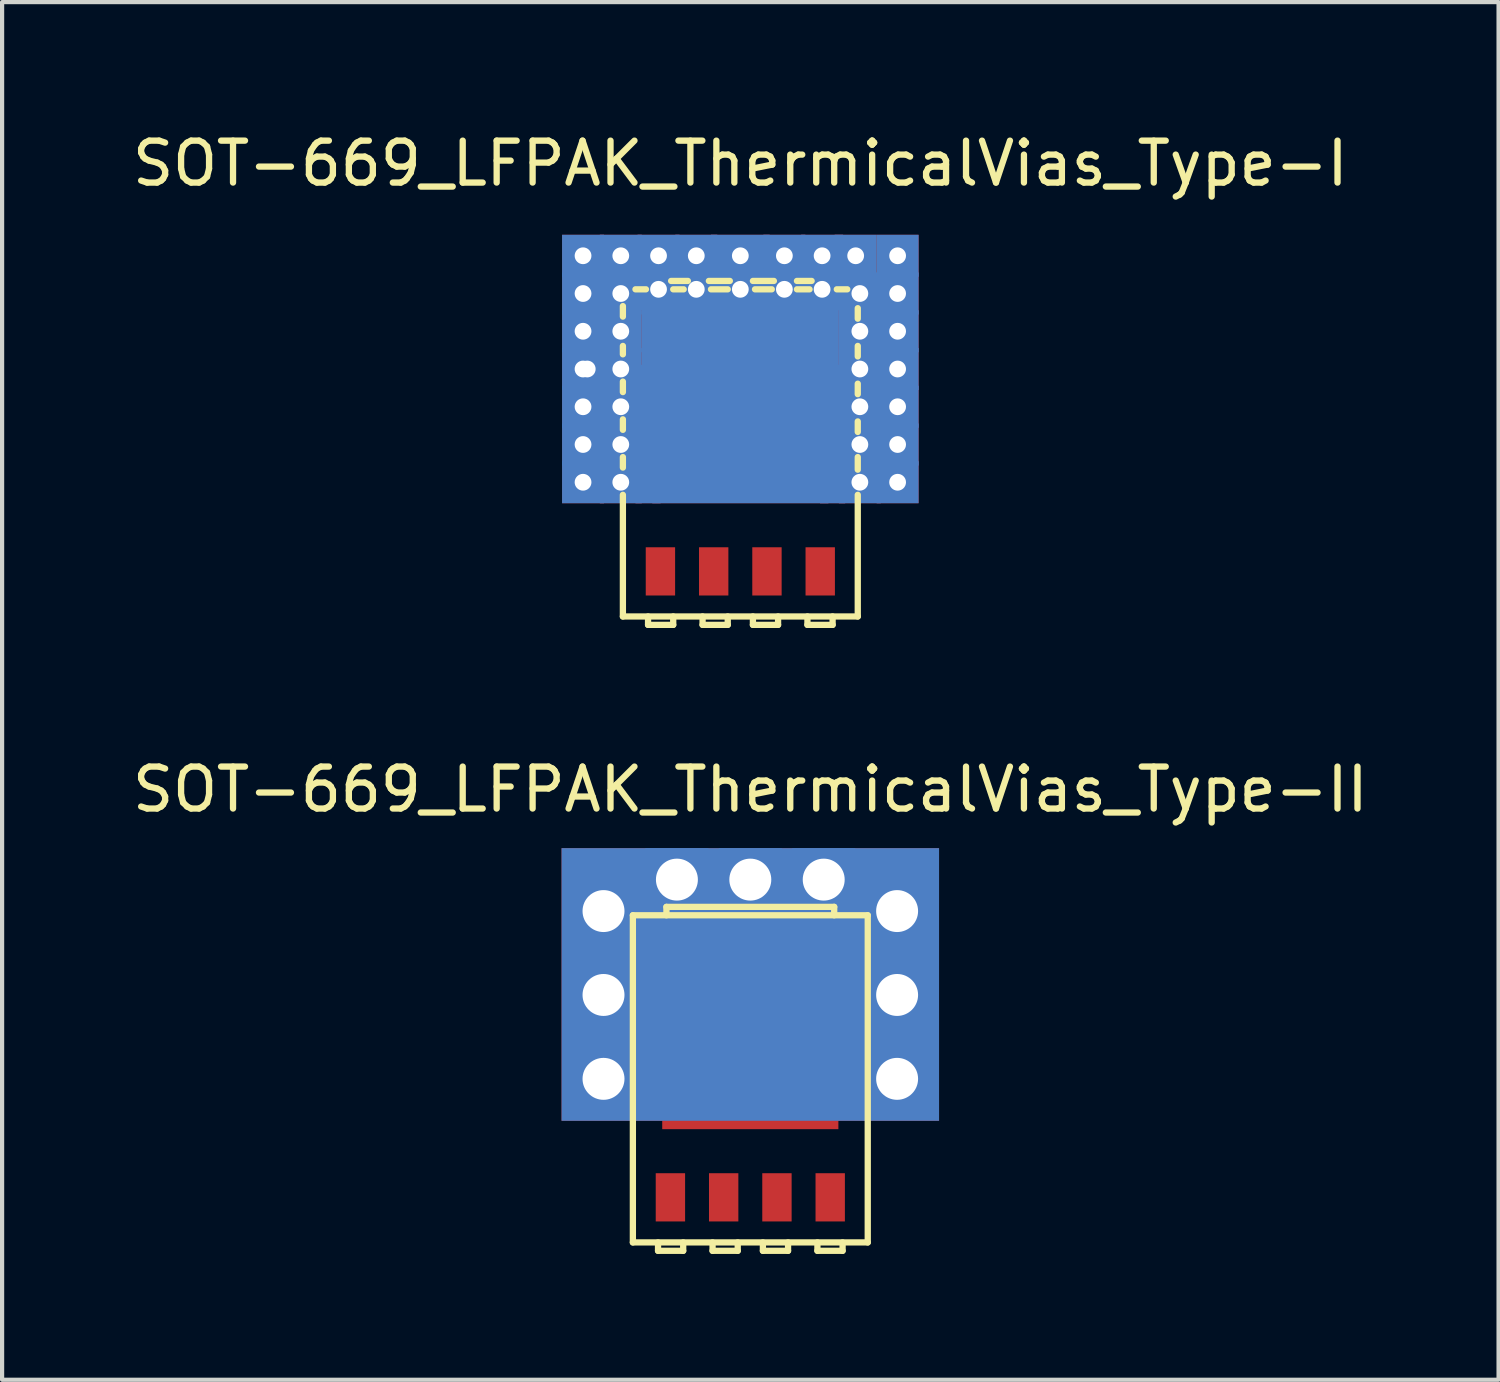
<source format=kicad_pcb>
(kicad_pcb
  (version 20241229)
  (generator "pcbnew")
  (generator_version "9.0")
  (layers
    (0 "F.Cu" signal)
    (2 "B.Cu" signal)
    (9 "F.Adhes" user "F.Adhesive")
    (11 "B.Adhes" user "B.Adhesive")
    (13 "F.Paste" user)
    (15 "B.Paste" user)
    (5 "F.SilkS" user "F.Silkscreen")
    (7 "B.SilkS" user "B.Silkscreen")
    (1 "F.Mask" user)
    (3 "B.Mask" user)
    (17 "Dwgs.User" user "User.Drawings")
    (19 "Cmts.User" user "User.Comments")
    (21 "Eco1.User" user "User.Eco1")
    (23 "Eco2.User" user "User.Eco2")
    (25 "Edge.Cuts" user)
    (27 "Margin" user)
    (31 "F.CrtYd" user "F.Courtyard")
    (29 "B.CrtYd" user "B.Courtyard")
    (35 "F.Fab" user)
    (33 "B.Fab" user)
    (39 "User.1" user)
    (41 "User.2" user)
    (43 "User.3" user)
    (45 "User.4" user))
  (footprint "SOT-669_LFPAK_ThermicalVias_Type-II"
    (layer "F.Cu")
    (at 14.839 22.672)
    (property "Reference" "SOT-669_LFPAK_ThermicalVias_Type-II" (at 0 -6.9 0) (layer "F.SilkS") (effects (font (size 1 1) (thickness 0.15))))
    (attr through_hole)
    (fp_line (start -2.8 -3.9) (end 2.8 -3.9) (stroke (width 0.15) (type solid)) (layer "F.SilkS"))
    (fp_line (start -2.8 3.9) (end -2.8 -3.9) (stroke (width 0.15) (type solid)) (layer "F.SilkS"))
    (fp_line (start -2.2 3.9) (end -2.2 4.1) (stroke (width 0.15) (type solid)) (layer "F.SilkS"))
    (fp_line (start -2.2 4.1) (end -1.6 4.1) (stroke (width 0.15) (type solid)) (layer "F.SilkS"))
    (fp_line (start -2 -4.1) (end 2 -4.1) (stroke (width 0.15) (type solid)) (layer "F.SilkS"))
    (fp_line (start -2 -3.9) (end -2 -4.1) (stroke (width 0.15) (type solid)) (layer "F.SilkS"))
    (fp_line (start -1.6 4.1) (end -1.6 3.9) (stroke (width 0.15) (type solid)) (layer "F.SilkS"))
    (fp_line (start -0.9 3.9) (end -0.9 4.1) (stroke (width 0.15) (type solid)) (layer "F.SilkS"))
    (fp_line (start -0.9 4.1) (end -0.3 4.1) (stroke (width 0.15) (type solid)) (layer "F.SilkS"))
    (fp_line (start -0.3 4.1) (end -0.3 3.9) (stroke (width 0.15) (type solid)) (layer "F.SilkS"))
    (fp_line (start 0.3 3.9) (end 0.3 4.1) (stroke (width 0.15) (type solid)) (layer "F.SilkS"))
    (fp_line (start 0.3 4.1) (end 0.9 4.1) (stroke (width 0.15) (type solid)) (layer "F.SilkS"))
    (fp_line (start 0.9 4.1) (end 0.9 3.9) (stroke (width 0.15) (type solid)) (layer "F.SilkS"))
    (fp_line (start 1.6 3.9) (end 1.6 4.1) (stroke (width 0.15) (type solid)) (layer "F.SilkS"))
    (fp_line (start 1.6 4.1) (end 2.2 4.1) (stroke (width 0.15) (type solid)) (layer "F.SilkS"))
    (fp_line (start 2 -4.1) (end 2 -3.9) (stroke (width 0.15) (type solid)) (layer "F.SilkS"))
    (fp_line (start 2.2 4.1) (end 2.2 3.9) (stroke (width 0.15) (type solid)) (layer "F.SilkS"))
    (fp_line (start 2.8 -3.9) (end 2.8 3.9) (stroke (width 0.15) (type solid)) (layer "F.SilkS"))
    (fp_line (start 2.8 3.9) (end -2.8 3.9) (stroke (width 0.15) (type solid)) (layer "F.SilkS"))
    (pad "" smd rect (at -1.875 -2.9) (size 0.6 0.9) (layers "F.Paste"))
    (pad "" smd rect (at -1.15 -1.05 90) (size 0.6 0.9) (layers "F.Paste"))
    (pad "" smd rect (at -1.15 -0.2 90) (size 0.6 0.9) (layers "F.Paste"))
    (pad "" smd rect (at -1.15 0.65 90) (size 0.6 0.9) (layers "F.Paste"))
    (pad "" smd rect (at -0.6 -2.9) (size 0.6 0.9) (layers "F.Paste"))
    (pad "" smd rect (at 0 -1.05 90) (size 0.6 0.9) (layers "F.Paste"))
    (pad "" smd rect (at 0 -0.2 90) (size 0.6 0.9) (layers "F.Paste"))
    (pad "" smd rect (at 0 0.65 90) (size 0.6 0.9) (layers "F.Paste"))
    (pad "" smd rect (at 0.6 -2.9) (size 0.6 0.9) (layers "F.Paste"))
    (pad "" smd rect (at 1.15 -1.05 90) (size 0.6 0.9) (layers "F.Paste"))
    (pad "" smd rect (at 1.15 -0.2 90) (size 0.6 0.9) (layers "F.Paste"))
    (pad "" smd rect (at 1.15 0.65 90) (size 0.6 0.9) (layers "F.Paste"))
    (pad "" smd rect (at 1.875 -2.9) (size 0.6 0.9) (layers "F.Paste"))
    (pad "1" smd rect (at -1.905 2.825) (size 0.7 1.15) (layers "F.Cu" "F.Mask" "F.Paste"))
    (pad "2" smd rect (at -0.635 2.825) (size 0.7 1.15) (layers "F.Cu" "F.Mask" "F.Paste"))
    (pad "3" smd rect (at 0.635 2.825) (size 0.7 1.15) (layers "F.Cu" "F.Mask" "F.Paste"))
    (pad "4" smd rect (at 1.905 2.825) (size 0.7 1.15) (layers "F.Cu" "F.Mask" "F.Paste"))
    (pad "5" thru_hole rect (at -3.5 -4) (size 1.5 1.5) (drill 1) (layers "*.Cu"))
    (pad "5" thru_hole rect (at -3.5 -2) (size 1.5 1.5) (drill 1) (layers "*.Cu"))
    (pad "5" thru_hole rect (at -3.5 0) (size 1.5 1.5) (drill 1) (layers "*.Cu"))
    (pad "5" thru_hole rect (at -1.75 -4.75) (size 1.5 1.5) (drill 1) (layers "*.Cu"))
    (pad "5" thru_hole rect (at 0 -4.75) (size 1.5 1.5) (drill 1) (layers "*.Cu"))
    (pad "5" smd rect (at 0 -2.65) (size 4.7 1.55) (layers "F.Cu" "F.Mask"))
    (pad "5" smd rect (at 0 -2.25) (size 9 6.5) (layers "F.Cu"))
    (pad "5" smd rect (at 0 -2.25) (size 9 6.5) (layers "B.Cu"))
    (pad "5" smd rect (at 0 -0.45) (size 4.2 3.3) (layers "F.Cu" "F.Mask"))
    (pad "5" thru_hole rect (at 1.75 -4.75) (size 1.5 1.5) (drill 1) (layers "*.Cu"))
    (pad "5" thru_hole rect (at 3.5 -4) (size 1.5 1.5) (drill 1) (layers "*.Cu"))
    (pad "5" thru_hole rect (at 3.5 -2) (size 1.5 1.5) (drill 1) (layers "*.Cu"))
    (pad "5" thru_hole rect (at 3.5 0) (size 1.5 1.5) (drill 1) (layers "*.Cu")))
  (footprint "SOT-669_LFPAK_ThermicalVias_Type-I"
    (layer "F.Cu")
    (at 14.601 7.748)
    (property "Reference" "SOT-669_LFPAK_ThermicalVias_Type-I" (at 0 -6.9 0) (layer "F.SilkS") (effects (font (size 1 1) (thickness 0.15))))
    (attr through_hole)
    (fp_line (start -2.8 -3.5) (end -2.8 -3.25) (stroke (width 0.15) (type solid)) (layer "F.SilkS"))
    (fp_line (start -2.8 -2.55) (end -2.8 -2.35) (stroke (width 0.15) (type solid)) (layer "F.SilkS"))
    (fp_line (start -2.8 -1.7) (end -2.8 -1.45) (stroke (width 0.15) (type solid)) (layer "F.SilkS"))
    (fp_line (start -2.8 -0.8) (end -2.8 -0.55) (stroke (width 0.15) (type solid)) (layer "F.SilkS"))
    (fp_line (start -2.8 0.1) (end -2.8 0.35) (stroke (width 0.15) (type solid)) (layer "F.SilkS"))
    (fp_line (start -2.8 1) (end -2.8 3.9) (stroke (width 0.15) (type solid)) (layer "F.SilkS"))
    (fp_line (start -2.25 -3.9) (end -2.5 -3.9) (stroke (width 0.15) (type solid)) (layer "F.SilkS"))
    (fp_line (start -2.2 3.9) (end -2.2 4.1) (stroke (width 0.15) (type solid)) (layer "F.SilkS"))
    (fp_line (start -2.2 4.1) (end -1.6 4.1) (stroke (width 0.15) (type solid)) (layer "F.SilkS"))
    (fp_line (start -1.6 4.1) (end -1.6 3.9) (stroke (width 0.15) (type solid)) (layer "F.SilkS"))
    (fp_line (start -1.35 -3.9) (end -1.6 -3.9) (stroke (width 0.15) (type solid)) (layer "F.SilkS"))
    (fp_line (start -1.25 -4.1) (end -1.65 -4.1) (stroke (width 0.15) (type solid)) (layer "F.SilkS"))
    (fp_line (start -0.9 3.9) (end -0.9 4.1) (stroke (width 0.15) (type solid)) (layer "F.SilkS"))
    (fp_line (start -0.9 4.1) (end -0.3 4.1) (stroke (width 0.15) (type solid)) (layer "F.SilkS"))
    (fp_line (start -0.3 -3.9) (end -0.7 -3.9) (stroke (width 0.15) (type solid)) (layer "F.SilkS"))
    (fp_line (start -0.3 4.1) (end -0.3 3.9) (stroke (width 0.15) (type solid)) (layer "F.SilkS"))
    (fp_line (start -0.25 -4.1) (end -0.75 -4.1) (stroke (width 0.15) (type solid)) (layer "F.SilkS"))
    (fp_line (start 0.3 3.9) (end 0.3 4.1) (stroke (width 0.15) (type solid)) (layer "F.SilkS"))
    (fp_line (start 0.3 4.1) (end 0.9 4.1) (stroke (width 0.15) (type solid)) (layer "F.SilkS"))
    (fp_line (start 0.75 -3.9) (end 0.35 -3.9) (stroke (width 0.15) (type solid)) (layer "F.SilkS"))
    (fp_line (start 0.8 -4.1) (end 0.3 -4.1) (stroke (width 0.15) (type solid)) (layer "F.SilkS"))
    (fp_line (start 0.9 4.1) (end 0.9 3.9) (stroke (width 0.15) (type solid)) (layer "F.SilkS"))
    (fp_line (start 1.6 3.9) (end 1.6 4.1) (stroke (width 0.15) (type solid)) (layer "F.SilkS"))
    (fp_line (start 1.6 4.1) (end 2.2 4.1) (stroke (width 0.15) (type solid)) (layer "F.SilkS"))
    (fp_line (start 1.65 -3.9) (end 1.35 -3.9) (stroke (width 0.15) (type solid)) (layer "F.SilkS"))
    (fp_line (start 1.7 -4.1) (end 1.35 -4.1) (stroke (width 0.15) (type solid)) (layer "F.SilkS"))
    (fp_line (start 2.2 4.1) (end 2.2 3.9) (stroke (width 0.15) (type solid)) (layer "F.SilkS"))
    (fp_line (start 2.55 -3.9) (end 2.3 -3.9) (stroke (width 0.15) (type solid)) (layer "F.SilkS"))
    (fp_line (start 2.8 -3.2) (end 2.8 -3.45) (stroke (width 0.15) (type solid)) (layer "F.SilkS"))
    (fp_line (start 2.8 -2.3) (end 2.8 -2.55) (stroke (width 0.15) (type solid)) (layer "F.SilkS"))
    (fp_line (start 2.8 -1.4) (end 2.8 -1.65) (stroke (width 0.15) (type solid)) (layer "F.SilkS"))
    (fp_line (start 2.8 -0.5) (end 2.8 -0.75) (stroke (width 0.15) (type solid)) (layer "F.SilkS"))
    (fp_line (start 2.8 0.4) (end 2.8 0.1) (stroke (width 0.15) (type solid)) (layer "F.SilkS"))
    (fp_line (start 2.8 3.9) (end -2.8 3.9) (stroke (width 0.15) (type solid)) (layer "F.SilkS"))
    (fp_line (start 2.8 3.9) (end 2.8 1) (stroke (width 0.15) (type solid)) (layer "F.SilkS"))
    (pad "" smd rect (at -1.875 -2.9) (size 0.6 0.9) (layers "F.Paste"))
    (pad "" smd rect (at -1.15 -1.05 90) (size 0.6 0.9) (layers "F.Paste"))
    (pad "" smd rect (at -1.15 -0.2 90) (size 0.6 0.9) (layers "F.Paste"))
    (pad "" smd rect (at -1.15 0.65 90) (size 0.6 0.9) (layers "F.Paste"))
    (pad "" smd rect (at -0.6 -2.9) (size 0.6 0.9) (layers "F.Paste"))
    (pad "" smd rect (at 0 -1.05 90) (size 0.6 0.9) (layers "F.Paste"))
    (pad "" smd rect (at 0 -0.2 90) (size 0.6 0.9) (layers "F.Paste"))
    (pad "" smd rect (at 0 0.65 90) (size 0.6 0.9) (layers "F.Paste"))
    (pad "" smd rect (at 0.6 -2.9) (size 0.6 0.9) (layers "F.Paste"))
    (pad "" smd rect (at 1.15 -1.05 90) (size 0.6 0.9) (layers "F.Paste"))
    (pad "" smd rect (at 1.15 -0.2 90) (size 0.6 0.9) (layers "F.Paste"))
    (pad "" smd rect (at 1.15 0.65 90) (size 0.6 0.9) (layers "F.Paste"))
    (pad "" smd rect (at 1.875 -2.9) (size 0.6 0.9) (layers "F.Paste"))
    (pad "1" smd rect (at -1.905 2.825) (size 0.7 1.15) (layers "F.Cu" "F.Mask" "F.Paste"))
    (pad "2" smd rect (at -0.635 2.825) (size 0.7 1.15) (layers "F.Cu" "F.Mask" "F.Paste"))
    (pad "3" smd rect (at 0.635 2.825) (size 0.7 1.15) (layers "F.Cu" "F.Mask" "F.Paste"))
    (pad "4" smd rect (at 1.905 2.825) (size 0.7 1.15) (layers "F.Cu" "F.Mask" "F.Paste"))
    (pad "5" thru_hole rect (at -3.75 -4.7) (size 1 1) (drill 0.4) (layers "*.Cu"))
    (pad "5" thru_hole rect (at -3.75 -3.8) (size 1 1) (drill 0.4) (layers "*.Cu"))
    (pad "5" thru_hole rect (at -3.75 -2.9) (size 1 1) (drill 0.4) (layers "*.Cu"))
    (pad "5" thru_hole rect (at -3.75 -2) (size 1 1) (drill 0.4) (layers "*.Cu"))
    (pad "5" thru_hole rect (at -3.75 -1.1) (size 1 1) (drill 0.4) (layers "*.Cu"))
    (pad "5" thru_hole rect (at -3.75 -0.2) (size 1 1) (drill 0.4) (layers "*.Cu"))
    (pad "5" thru_hole rect (at -3.75 0.7) (size 1 1) (drill 0.4) (layers "*.Cu"))
    (pad "5" thru_hole rect (at -3.65 -2) (size 1 1) (drill 0.4) (layers "*.Cu"))
    (pad "5" thru_hole rect (at -2.85 -4.7) (size 1 1) (drill 0.4) (layers "*.Cu"))
    (pad "5" thru_hole rect (at -2.85 -3.8) (size 1 1) (drill 0.4) (layers "*.Cu"))
    (pad "5" thru_hole rect (at -2.85 -2.9) (size 1 1) (drill 0.4) (layers "*.Cu"))
    (pad "5" thru_hole rect (at -2.85 -2) (size 1 1) (drill 0.4) (layers "*.Cu"))
    (pad "5" thru_hole rect (at -2.85 -1.1) (size 1 1) (drill 0.4) (layers "*.Cu"))
    (pad "5" thru_hole rect (at -2.85 -0.2) (size 1 1) (drill 0.4) (layers "*.Cu"))
    (pad "5" thru_hole rect (at -2.85 0.7) (size 1 1) (drill 0.4) (layers "*.Cu"))
    (pad "5" smd rect (at -2.25 -1.75) (size 0.5 0.5) (layers "F.Cu"))
    (pad "5" smd rect (at -2.2 -0.45) (size 0.6 3.3) (layers "F.Cu"))
    (pad "5" smd rect (at -2.2 -0.45) (size 0.6 3.3) (layers "B.Cu"))
    (pad "5" thru_hole rect (at -1.95 -4.7) (size 1 1) (drill 0.4) (layers "*.Cu"))
    (pad "5" thru_hole rect (at -1.95 -3.9) (size 1 1) (drill 0.4) (layers "*.Cu"))
    (pad "5" thru_hole rect (at -1.05 -4.7) (size 1 1) (drill 0.4) (layers "*.Cu"))
    (pad "5" thru_hole rect (at -1.05 -3.9) (size 1 1) (drill 0.4) (layers "*.Cu"))
    (pad "5" thru_hole rect (at 0 -4.7) (size 1.4 1) (drill 0.4) (layers "*.Cu"))
    (pad "5" thru_hole rect (at 0 -3.9) (size 1.4 1) (drill 0.4) (layers "*.Cu"))
    (pad "5" smd rect (at 0 -2.65) (size 4.7 1.55) (layers "F.Cu" "F.Mask"))
    (pad "5" smd rect (at 0 -2.65) (size 4.7 1.55) (layers "F.Mask" "B.Cu"))
    (pad "5" smd rect (at 0 -0.45) (size 4.2 3.3) (layers "F.Cu" "F.Mask"))
    (pad "5" smd rect (at 0 -0.45) (size 4.2 3.3) (layers "F.Mask" "B.Cu"))
    (pad "5" thru_hole rect (at 1.05 -4.7) (size 1 1) (drill 0.4) (layers "*.Cu"))
    (pad "5" thru_hole rect (at 1.05 -3.9) (size 1 1) (drill 0.4) (layers "*.Cu"))
    (pad "5" thru_hole rect (at 1.95 -4.7) (size 1 1) (drill 0.4) (layers "*.Cu"))
    (pad "5" thru_hole rect (at 1.95 -3.9) (size 1 1) (drill 0.4) (layers "*.Cu"))
    (pad "5" smd rect (at 2.2 -0.45) (size 0.6 3.3) (layers "F.Cu"))
    (pad "5" smd rect (at 2.2 -0.45) (size 0.6 3.3) (layers "B.Cu"))
    (pad "5" smd rect (at 2.25 -1.75) (size 0.5 0.5) (layers "F.Cu"))
    (pad "5" thru_hole rect (at 2.75 -4.7) (size 1 1) (drill 0.4) (layers "*.Cu"))
    (pad "5" thru_hole rect (at 2.85 -3.8) (size 1 1) (drill 0.4) (layers "*.Cu"))
    (pad "5" thru_hole rect (at 2.85 -2.9) (size 1 1) (drill 0.4) (layers "*.Cu"))
    (pad "5" thru_hole rect (at 2.85 -2) (size 1 1) (drill 0.4) (layers "*.Cu"))
    (pad "5" thru_hole rect (at 2.85 -1.1) (size 1 1) (drill 0.4) (layers "*.Cu"))
    (pad "5" thru_hole rect (at 2.85 -0.2) (size 1 1) (drill 0.4) (layers "*.Cu"))
    (pad "5" thru_hole rect (at 2.85 0.7) (size 1 1) (drill 0.4) (layers "*.Cu"))
    (pad "5" thru_hole rect (at 3.75 -4.7) (size 1 1) (drill 0.4) (layers "*.Cu"))
    (pad "5" thru_hole rect (at 3.75 -3.8) (size 1 1) (drill 0.4) (layers "*.Cu"))
    (pad "5" thru_hole rect (at 3.75 -2.9) (size 1 1) (drill 0.4) (layers "*.Cu"))
    (pad "5" thru_hole rect (at 3.75 -2) (size 1 1) (drill 0.4) (layers "*.Cu"))
    (pad "5" thru_hole rect (at 3.75 -1.1) (size 1 1) (drill 0.4) (layers "*.Cu"))
    (pad "5" thru_hole rect (at 3.75 -0.2) (size 1 1) (drill 0.4) (layers "*.Cu"))
    (pad "5" thru_hole rect (at 3.75 0.7) (size 1 1) (drill 0.4) (layers "*.Cu")))
  (gr_rect
    (start -3 -3)
    (end 32.679 29.846)
    (stroke (width 0.1) (type default))
    (fill no)
    (layer "Edge.Cuts")))
</source>
